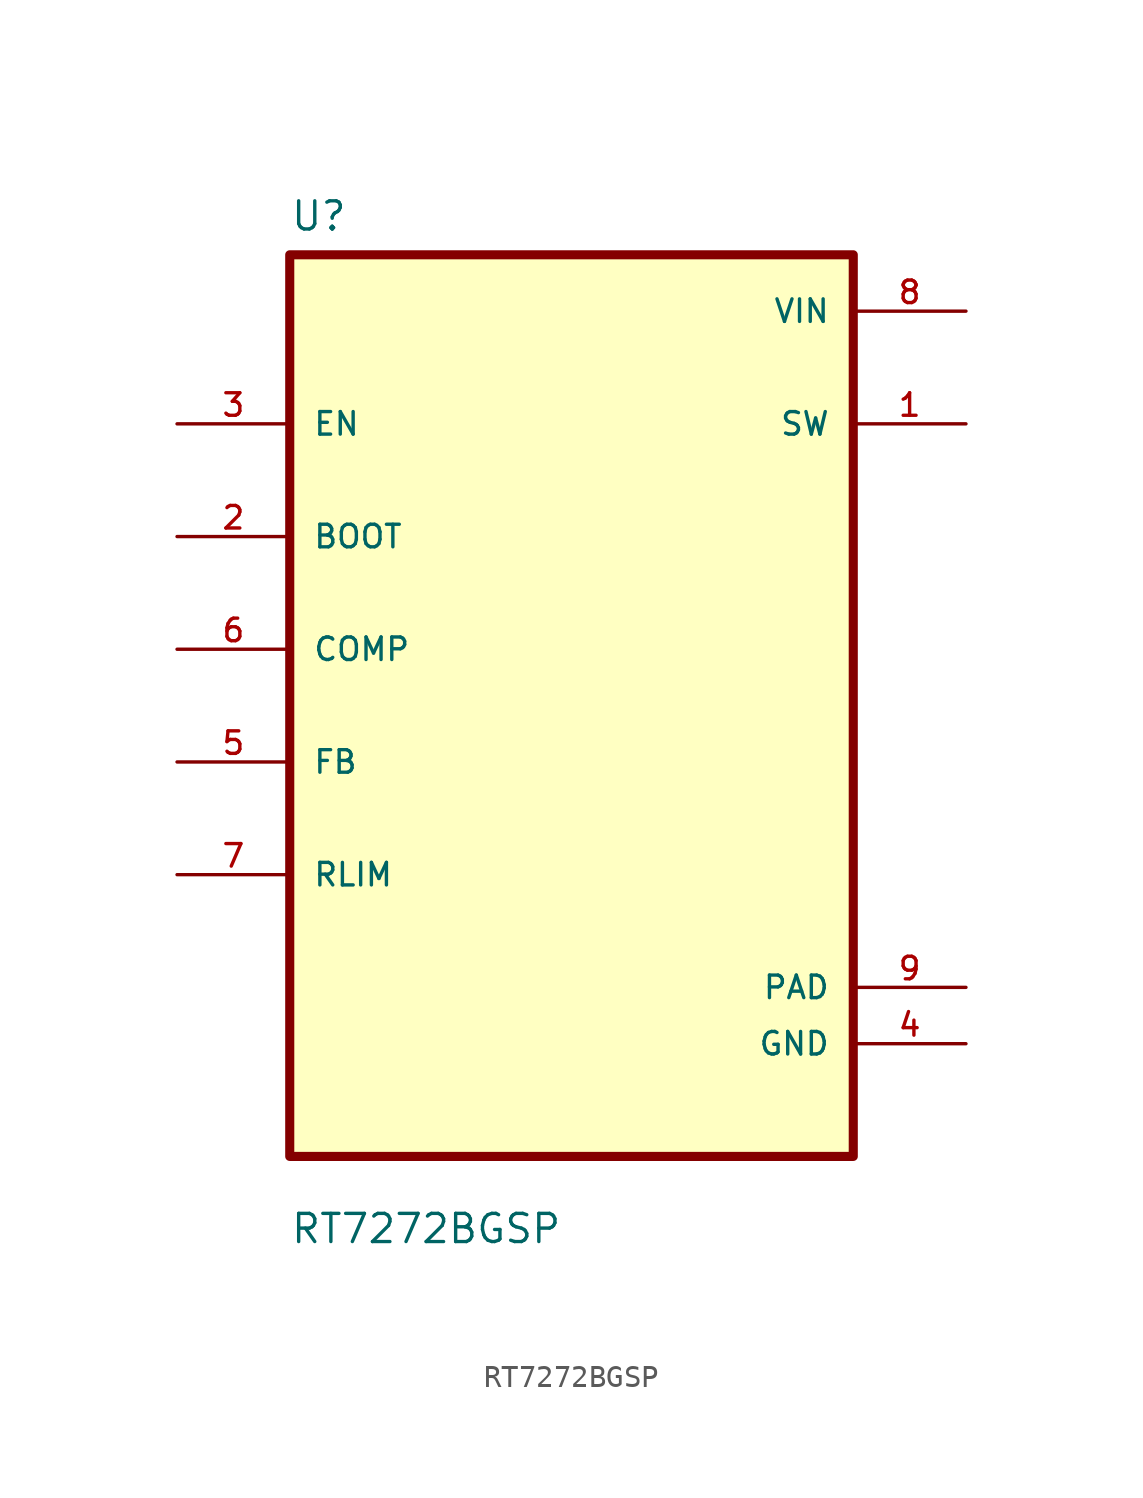
<source format=kicad_sym>
(kicad_symbol_lib
  (version 20211014)
  (generator kicad_symbol_editor)
  (symbol "RT7272BGSP"
    (pin_names
      (offset 1.016))
    (property "Reference" "U"
      (at -12.7 21.32 0.0)
      (effects (font (size 1.27 1.27)) (justify bottom left)))
    (property "Value" "RT7272BGSP"
      (at -12.7 -24.32 0.0)
      (effects (font (size 1.27 1.27)) (justify bottom left)))
    (symbol "RT7272BGSP_0_0"
      (rectangle (start -12.7 -20.32) (end 12.7 20.32) (stroke (width 0.41)) (fill (type background)))
      (pin input line (at -17.78 12.7 0) (length 5.08) (name "EN" (effects (font (size 1.016 1.016)))) (number "3" (effects (font (size 1.016 1.016)))))
      (pin bidirectional line (at -17.78 7.62 0) (length 5.08) (name "BOOT" (effects (font (size 1.016 1.016)))) (number "2" (effects (font (size 1.016 1.016)))))
      (pin bidirectional line (at -17.78 2.54 0) (length 5.08) (name "COMP" (effects (font (size 1.016 1.016)))) (number "6" (effects (font (size 1.016 1.016)))))
      (pin bidirectional line (at -17.78 -2.54 0) (length 5.08) (name "FB" (effects (font (size 1.016 1.016)))) (number "5" (effects (font (size 1.016 1.016)))))
      (pin bidirectional line (at -17.78 -7.62 0) (length 5.08) (name "RLIM" (effects (font (size 1.016 1.016)))) (number "7" (effects (font (size 1.016 1.016)))))
      (pin power_in line (at 17.78 17.78 180.0) (length 5.08) (name "VIN" (effects (font (size 1.016 1.016)))) (number "8" (effects (font (size 1.016 1.016)))))
      (pin output line (at 17.78 12.7 180.0) (length 5.08) (name "SW" (effects (font (size 1.016 1.016)))) (number "1" (effects (font (size 1.016 1.016)))))
      (pin power_in line (at 17.78 -12.7 180.0) (length 5.08) (name "PAD" (effects (font (size 1.016 1.016)))) (number "9" (effects (font (size 1.016 1.016)))))
      (pin power_in line (at 17.78 -15.24 180.0) (length 5.08) (name "GND" (effects (font (size 1.016 1.016)))) (number "4" (effects (font (size 1.016 1.016))))))))
</source>
